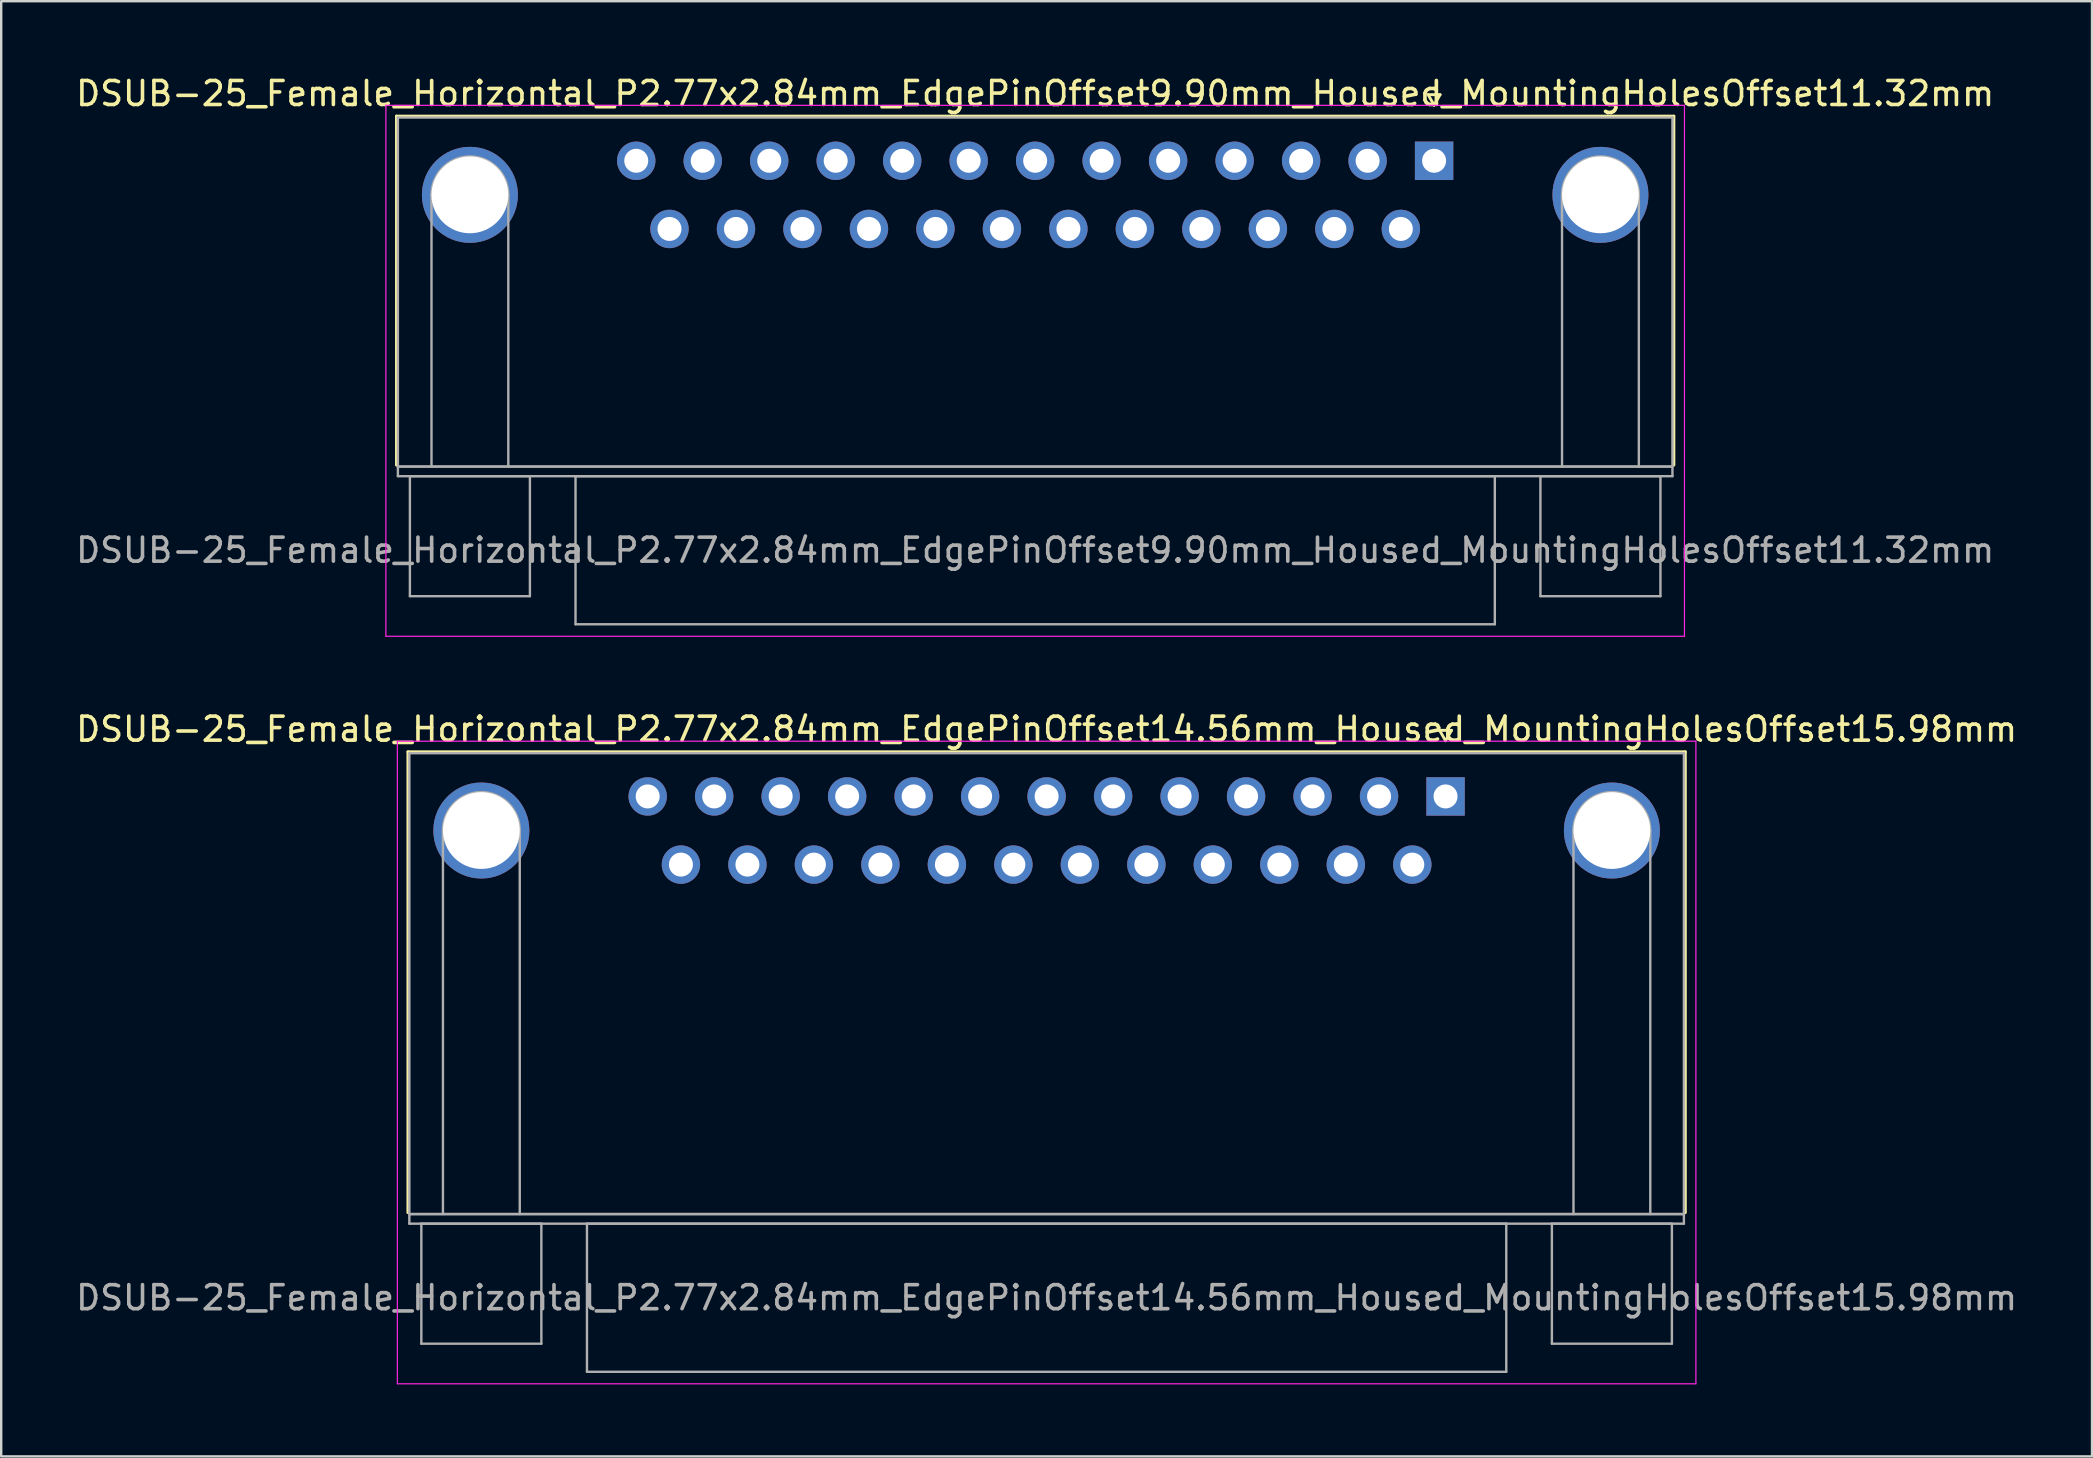
<source format=kicad_pcb>
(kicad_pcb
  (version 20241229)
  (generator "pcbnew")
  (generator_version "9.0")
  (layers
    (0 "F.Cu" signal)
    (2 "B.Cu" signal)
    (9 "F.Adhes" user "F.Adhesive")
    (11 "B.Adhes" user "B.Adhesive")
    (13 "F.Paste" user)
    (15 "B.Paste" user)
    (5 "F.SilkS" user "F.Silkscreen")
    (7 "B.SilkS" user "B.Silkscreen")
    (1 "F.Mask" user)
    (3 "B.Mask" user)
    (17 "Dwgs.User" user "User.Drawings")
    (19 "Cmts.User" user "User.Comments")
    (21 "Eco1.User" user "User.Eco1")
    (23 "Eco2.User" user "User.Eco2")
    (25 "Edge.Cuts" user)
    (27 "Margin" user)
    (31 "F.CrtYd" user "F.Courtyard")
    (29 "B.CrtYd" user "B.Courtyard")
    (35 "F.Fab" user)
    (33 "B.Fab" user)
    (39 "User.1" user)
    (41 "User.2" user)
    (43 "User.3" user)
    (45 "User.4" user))
  (footprint "DSUB-25_Female_Horizontal_P2.77x2.84mm_EdgePinOffset9.90mm_Housed_MountingHolesOffset11.32mm"
    (layer "F.Cu")
    (at 56.697 3.648)
    (property "Reference" "DSUB-25_Female_Horizontal_P2.77x2.84mm_EdgePinOffset9.90mm_Housed_MountingHolesOffset11.32mm" (at -16.62 -2.8 0) (layer "F.SilkS") (effects (font (size 1 1) (thickness 0.15))))
    (attr through_hole)
    (fp_line (start -43.23 -1.86) (end 9.99 -1.86) (stroke (width 0.12) (type solid)) (layer "F.SilkS"))
    (fp_line (start -43.23 12.68) (end -43.23 -1.86) (stroke (width 0.12) (type solid)) (layer "F.SilkS"))
    (fp_line (start -0.25 -2.754) (end 0.25 -2.754) (stroke (width 0.12) (type solid)) (layer "F.SilkS"))
    (fp_line (start 0 -2.321) (end -0.25 -2.754) (stroke (width 0.12) (type solid)) (layer "F.SilkS"))
    (fp_line (start 0.25 -2.754) (end 0 -2.321) (stroke (width 0.12) (type solid)) (layer "F.SilkS"))
    (fp_line (start 9.99 -1.86) (end 9.99 12.68) (stroke (width 0.12) (type solid)) (layer "F.SilkS"))
    (fp_line (start -43.67 -2.31) (end -43.67 19.81) (stroke (width 0.05) (type solid)) (layer "F.CrtYd"))
    (fp_line (start -43.67 19.81) (end 10.43 19.81) (stroke (width 0.05) (type solid)) (layer "F.CrtYd"))
    (fp_line (start 10.43 -2.31) (end -43.67 -2.31) (stroke (width 0.05) (type solid)) (layer "F.CrtYd"))
    (fp_line (start 10.43 19.81) (end 10.43 -2.31) (stroke (width 0.05) (type solid)) (layer "F.CrtYd"))
    (fp_line (start -43.17 -1.8) (end -43.17 12.74) (stroke (width 0.1) (type solid)) (layer "F.Fab"))
    (fp_line (start -43.17 12.74) (end -43.17 13.14) (stroke (width 0.1) (type solid)) (layer "F.Fab"))
    (fp_line (start -43.17 12.74) (end 9.93 12.74) (stroke (width 0.1) (type solid)) (layer "F.Fab"))
    (fp_line (start -43.17 13.14) (end 9.93 13.14) (stroke (width 0.1) (type solid)) (layer "F.Fab"))
    (fp_line (start -42.67 13.14) (end -42.67 18.14) (stroke (width 0.1) (type solid)) (layer "F.Fab"))
    (fp_line (start -42.67 18.14) (end -37.67 18.14) (stroke (width 0.1) (type solid)) (layer "F.Fab"))
    (fp_line (start -41.77 12.74) (end -41.77 1.42) (stroke (width 0.1) (type solid)) (layer "F.Fab"))
    (fp_line (start -38.57 12.74) (end -38.57 1.42) (stroke (width 0.1) (type solid)) (layer "F.Fab"))
    (fp_line (start -37.67 13.14) (end -42.67 13.14) (stroke (width 0.1) (type solid)) (layer "F.Fab"))
    (fp_line (start -37.67 18.14) (end -37.67 13.14) (stroke (width 0.1) (type solid)) (layer "F.Fab"))
    (fp_line (start -35.77 13.14) (end -35.77 19.31) (stroke (width 0.1) (type solid)) (layer "F.Fab"))
    (fp_line (start -35.77 19.31) (end 2.53 19.31) (stroke (width 0.1) (type solid)) (layer "F.Fab"))
    (fp_line (start 2.53 13.14) (end -35.77 13.14) (stroke (width 0.1) (type solid)) (layer "F.Fab"))
    (fp_line (start 2.53 19.31) (end 2.53 13.14) (stroke (width 0.1) (type solid)) (layer "F.Fab"))
    (fp_line (start 4.43 13.14) (end 4.43 18.14) (stroke (width 0.1) (type solid)) (layer "F.Fab"))
    (fp_line (start 4.43 18.14) (end 9.43 18.14) (stroke (width 0.1) (type solid)) (layer "F.Fab"))
    (fp_line (start 5.33 12.74) (end 5.33 1.42) (stroke (width 0.1) (type solid)) (layer "F.Fab"))
    (fp_line (start 8.53 12.74) (end 8.53 1.42) (stroke (width 0.1) (type solid)) (layer "F.Fab"))
    (fp_line (start 9.43 13.14) (end 4.43 13.14) (stroke (width 0.1) (type solid)) (layer "F.Fab"))
    (fp_line (start 9.43 18.14) (end 9.43 13.14) (stroke (width 0.1) (type solid)) (layer "F.Fab"))
    (fp_line (start 9.93 -1.8) (end -43.17 -1.8) (stroke (width 0.1) (type solid)) (layer "F.Fab"))
    (fp_line (start 9.93 12.74) (end -43.17 12.74) (stroke (width 0.1) (type solid)) (layer "F.Fab"))
    (fp_line (start 9.93 12.74) (end 9.93 -1.8) (stroke (width 0.1) (type solid)) (layer "F.Fab"))
    (fp_line (start 9.93 13.14) (end 9.93 12.74) (stroke (width 0.1) (type solid)) (layer "F.Fab"))
    (fp_arc (start -41.77 1.42) (mid -40.17 -0.18) (end -38.57 1.42) (stroke (width 0.1) (type solid)) (layer "F.Fab"))
    (fp_arc (start 5.33 1.42) (mid 6.93 -0.18) (end 8.53 1.42) (stroke (width 0.1) (type solid)) (layer "F.Fab"))
    (fp_text user "${REFERENCE}" (at -16.62 16.225 0) (layer "F.Fab") (effects (font (size 1 1) (thickness 0.15))))
    (pad "0" thru_hole circle (at -40.17 1.42) (size 4 4) (drill 3.2) (layers "*.Cu" "*.Mask"))
    (pad "0" thru_hole circle (at 6.93 1.42) (size 4 4) (drill 3.2) (layers "*.Cu" "*.Mask"))
    (pad "1" thru_hole rect (at 0 0) (size 1.6 1.6) (drill 1) (layers "*.Cu" "*.Mask"))
    (pad "2" thru_hole circle (at -2.77 0) (size 1.6 1.6) (drill 1) (layers "*.Cu" "*.Mask"))
    (pad "3" thru_hole circle (at -5.54 0) (size 1.6 1.6) (drill 1) (layers "*.Cu" "*.Mask"))
    (pad "4" thru_hole circle (at -8.31 0) (size 1.6 1.6) (drill 1) (layers "*.Cu" "*.Mask"))
    (pad "5" thru_hole circle (at -11.08 0) (size 1.6 1.6) (drill 1) (layers "*.Cu" "*.Mask"))
    (pad "6" thru_hole circle (at -13.85 0) (size 1.6 1.6) (drill 1) (layers "*.Cu" "*.Mask"))
    (pad "7" thru_hole circle (at -16.62 0) (size 1.6 1.6) (drill 1) (layers "*.Cu" "*.Mask"))
    (pad "8" thru_hole circle (at -19.39 0) (size 1.6 1.6) (drill 1) (layers "*.Cu" "*.Mask"))
    (pad "9" thru_hole circle (at -22.16 0) (size 1.6 1.6) (drill 1) (layers "*.Cu" "*.Mask"))
    (pad "10" thru_hole circle (at -24.93 0) (size 1.6 1.6) (drill 1) (layers "*.Cu" "*.Mask"))
    (pad "11" thru_hole circle (at -27.7 0) (size 1.6 1.6) (drill 1) (layers "*.Cu" "*.Mask"))
    (pad "12" thru_hole circle (at -30.47 0) (size 1.6 1.6) (drill 1) (layers "*.Cu" "*.Mask"))
    (pad "13" thru_hole circle (at -33.24 0) (size 1.6 1.6) (drill 1) (layers "*.Cu" "*.Mask"))
    (pad "14" thru_hole circle (at -1.385 2.84) (size 1.6 1.6) (drill 1) (layers "*.Cu" "*.Mask"))
    (pad "15" thru_hole circle (at -4.155 2.84) (size 1.6 1.6) (drill 1) (layers "*.Cu" "*.Mask"))
    (pad "16" thru_hole circle (at -6.925 2.84) (size 1.6 1.6) (drill 1) (layers "*.Cu" "*.Mask"))
    (pad "17" thru_hole circle (at -9.695 2.84) (size 1.6 1.6) (drill 1) (layers "*.Cu" "*.Mask"))
    (pad "18" thru_hole circle (at -12.465 2.84) (size 1.6 1.6) (drill 1) (layers "*.Cu" "*.Mask"))
    (pad "19" thru_hole circle (at -15.235 2.84) (size 1.6 1.6) (drill 1) (layers "*.Cu" "*.Mask"))
    (pad "20" thru_hole circle (at -18.005 2.84) (size 1.6 1.6) (drill 1) (layers "*.Cu" "*.Mask"))
    (pad "21" thru_hole circle (at -20.775 2.84) (size 1.6 1.6) (drill 1) (layers "*.Cu" "*.Mask"))
    (pad "22" thru_hole circle (at -23.545 2.84) (size 1.6 1.6) (drill 1) (layers "*.Cu" "*.Mask"))
    (pad "23" thru_hole circle (at -26.315 2.84) (size 1.6 1.6) (drill 1) (layers "*.Cu" "*.Mask"))
    (pad "24" thru_hole circle (at -29.085 2.84) (size 1.6 1.6) (drill 1) (layers "*.Cu" "*.Mask"))
    (pad "25" thru_hole circle (at -31.855 2.84) (size 1.6 1.6) (drill 1) (layers "*.Cu" "*.Mask")))
  (footprint "DSUB-25_Female_Horizontal_P2.77x2.84mm_EdgePinOffset14.56mm_Housed_MountingHolesOffset15.98mm"
    (layer "F.Cu")
    (at 57.174 30.131)
    (property "Reference" "DSUB-25_Female_Horizontal_P2.77x2.84mm_EdgePinOffset14.56mm_Housed_MountingHolesOffset15.98mm" (at -16.62 -2.8 0) (layer "F.SilkS") (effects (font (size 1 1) (thickness 0.15))))
    (attr through_hole)
    (fp_line (start -43.23 -1.86) (end 9.99 -1.86) (stroke (width 0.12) (type solid)) (layer "F.SilkS"))
    (fp_line (start -43.23 17.34) (end -43.23 -1.86) (stroke (width 0.12) (type solid)) (layer "F.SilkS"))
    (fp_line (start -0.25 -2.754) (end 0.25 -2.754) (stroke (width 0.12) (type solid)) (layer "F.SilkS"))
    (fp_line (start 0 -2.321) (end -0.25 -2.754) (stroke (width 0.12) (type solid)) (layer "F.SilkS"))
    (fp_line (start 0.25 -2.754) (end 0 -2.321) (stroke (width 0.12) (type solid)) (layer "F.SilkS"))
    (fp_line (start 9.99 -1.86) (end 9.99 17.34) (stroke (width 0.12) (type solid)) (layer "F.SilkS"))
    (fp_line (start -43.67 -2.3) (end -43.67 24.47) (stroke (width 0.05) (type solid)) (layer "F.CrtYd"))
    (fp_line (start -43.67 24.47) (end 10.43 24.47) (stroke (width 0.05) (type solid)) (layer "F.CrtYd"))
    (fp_line (start 10.43 -2.3) (end -43.67 -2.3) (stroke (width 0.05) (type solid)) (layer "F.CrtYd"))
    (fp_line (start 10.43 24.47) (end 10.43 -2.3) (stroke (width 0.05) (type solid)) (layer "F.CrtYd"))
    (fp_line (start -43.17 -1.8) (end -43.17 17.4) (stroke (width 0.1) (type solid)) (layer "F.Fab"))
    (fp_line (start -43.17 17.4) (end -43.17 17.8) (stroke (width 0.1) (type solid)) (layer "F.Fab"))
    (fp_line (start -43.17 17.4) (end 9.93 17.4) (stroke (width 0.1) (type solid)) (layer "F.Fab"))
    (fp_line (start -43.17 17.8) (end 9.93 17.8) (stroke (width 0.1) (type solid)) (layer "F.Fab"))
    (fp_line (start -42.67 17.8) (end -42.67 22.8) (stroke (width 0.1) (type solid)) (layer "F.Fab"))
    (fp_line (start -42.67 22.8) (end -37.67 22.8) (stroke (width 0.1) (type solid)) (layer "F.Fab"))
    (fp_line (start -41.77 17.4) (end -41.77 1.42) (stroke (width 0.1) (type solid)) (layer "F.Fab"))
    (fp_line (start -38.57 17.4) (end -38.57 1.42) (stroke (width 0.1) (type solid)) (layer "F.Fab"))
    (fp_line (start -37.67 17.8) (end -42.67 17.8) (stroke (width 0.1) (type solid)) (layer "F.Fab"))
    (fp_line (start -37.67 22.8) (end -37.67 17.8) (stroke (width 0.1) (type solid)) (layer "F.Fab"))
    (fp_line (start -35.77 17.8) (end -35.77 23.97) (stroke (width 0.1) (type solid)) (layer "F.Fab"))
    (fp_line (start -35.77 23.97) (end 2.53 23.97) (stroke (width 0.1) (type solid)) (layer "F.Fab"))
    (fp_line (start 2.53 17.8) (end -35.77 17.8) (stroke (width 0.1) (type solid)) (layer "F.Fab"))
    (fp_line (start 2.53 23.97) (end 2.53 17.8) (stroke (width 0.1) (type solid)) (layer "F.Fab"))
    (fp_line (start 4.43 17.8) (end 4.43 22.8) (stroke (width 0.1) (type solid)) (layer "F.Fab"))
    (fp_line (start 4.43 22.8) (end 9.43 22.8) (stroke (width 0.1) (type solid)) (layer "F.Fab"))
    (fp_line (start 5.33 17.4) (end 5.33 1.42) (stroke (width 0.1) (type solid)) (layer "F.Fab"))
    (fp_line (start 8.53 17.4) (end 8.53 1.42) (stroke (width 0.1) (type solid)) (layer "F.Fab"))
    (fp_line (start 9.43 17.8) (end 4.43 17.8) (stroke (width 0.1) (type solid)) (layer "F.Fab"))
    (fp_line (start 9.43 22.8) (end 9.43 17.8) (stroke (width 0.1) (type solid)) (layer "F.Fab"))
    (fp_line (start 9.93 -1.8) (end -43.17 -1.8) (stroke (width 0.1) (type solid)) (layer "F.Fab"))
    (fp_line (start 9.93 17.4) (end -43.17 17.4) (stroke (width 0.1) (type solid)) (layer "F.Fab"))
    (fp_line (start 9.93 17.4) (end 9.93 -1.8) (stroke (width 0.1) (type solid)) (layer "F.Fab"))
    (fp_line (start 9.93 17.8) (end 9.93 17.4) (stroke (width 0.1) (type solid)) (layer "F.Fab"))
    (fp_arc (start -41.77 1.42) (mid -40.17 -0.18) (end -38.57 1.42) (stroke (width 0.1) (type solid)) (layer "F.Fab"))
    (fp_arc (start 5.33 1.42) (mid 6.93 -0.18) (end 8.53 1.42) (stroke (width 0.1) (type solid)) (layer "F.Fab"))
    (fp_text user "${REFERENCE}" (at -16.62 20.885 0) (layer "F.Fab") (effects (font (size 1 1) (thickness 0.15))))
    (pad "0" thru_hole circle (at -40.17 1.42) (size 4 4) (drill 3.2) (layers "*.Cu" "*.Mask"))
    (pad "0" thru_hole circle (at 6.93 1.42) (size 4 4) (drill 3.2) (layers "*.Cu" "*.Mask"))
    (pad "1" thru_hole rect (at 0 0) (size 1.6 1.6) (drill 1) (layers "*.Cu" "*.Mask"))
    (pad "2" thru_hole circle (at -2.77 0) (size 1.6 1.6) (drill 1) (layers "*.Cu" "*.Mask"))
    (pad "3" thru_hole circle (at -5.54 0) (size 1.6 1.6) (drill 1) (layers "*.Cu" "*.Mask"))
    (pad "4" thru_hole circle (at -8.31 0) (size 1.6 1.6) (drill 1) (layers "*.Cu" "*.Mask"))
    (pad "5" thru_hole circle (at -11.08 0) (size 1.6 1.6) (drill 1) (layers "*.Cu" "*.Mask"))
    (pad "6" thru_hole circle (at -13.85 0) (size 1.6 1.6) (drill 1) (layers "*.Cu" "*.Mask"))
    (pad "7" thru_hole circle (at -16.62 0) (size 1.6 1.6) (drill 1) (layers "*.Cu" "*.Mask"))
    (pad "8" thru_hole circle (at -19.39 0) (size 1.6 1.6) (drill 1) (layers "*.Cu" "*.Mask"))
    (pad "9" thru_hole circle (at -22.16 0) (size 1.6 1.6) (drill 1) (layers "*.Cu" "*.Mask"))
    (pad "10" thru_hole circle (at -24.93 0) (size 1.6 1.6) (drill 1) (layers "*.Cu" "*.Mask"))
    (pad "11" thru_hole circle (at -27.7 0) (size 1.6 1.6) (drill 1) (layers "*.Cu" "*.Mask"))
    (pad "12" thru_hole circle (at -30.47 0) (size 1.6 1.6) (drill 1) (layers "*.Cu" "*.Mask"))
    (pad "13" thru_hole circle (at -33.24 0) (size 1.6 1.6) (drill 1) (layers "*.Cu" "*.Mask"))
    (pad "14" thru_hole circle (at -1.385 2.84) (size 1.6 1.6) (drill 1) (layers "*.Cu" "*.Mask"))
    (pad "15" thru_hole circle (at -4.155 2.84) (size 1.6 1.6) (drill 1) (layers "*.Cu" "*.Mask"))
    (pad "16" thru_hole circle (at -6.925 2.84) (size 1.6 1.6) (drill 1) (layers "*.Cu" "*.Mask"))
    (pad "17" thru_hole circle (at -9.695 2.84) (size 1.6 1.6) (drill 1) (layers "*.Cu" "*.Mask"))
    (pad "18" thru_hole circle (at -12.465 2.84) (size 1.6 1.6) (drill 1) (layers "*.Cu" "*.Mask"))
    (pad "19" thru_hole circle (at -15.235 2.84) (size 1.6 1.6) (drill 1) (layers "*.Cu" "*.Mask"))
    (pad "20" thru_hole circle (at -18.005 2.84) (size 1.6 1.6) (drill 1) (layers "*.Cu" "*.Mask"))
    (pad "21" thru_hole circle (at -20.775 2.84) (size 1.6 1.6) (drill 1) (layers "*.Cu" "*.Mask"))
    (pad "22" thru_hole circle (at -23.545 2.84) (size 1.6 1.6) (drill 1) (layers "*.Cu" "*.Mask"))
    (pad "23" thru_hole circle (at -26.315 2.84) (size 1.6 1.6) (drill 1) (layers "*.Cu" "*.Mask"))
    (pad "24" thru_hole circle (at -29.085 2.84) (size 1.6 1.6) (drill 1) (layers "*.Cu" "*.Mask"))
    (pad "25" thru_hole circle (at -31.855 2.84) (size 1.6 1.6) (drill 1) (layers "*.Cu" "*.Mask")))
  (gr_rect
    (start -3 -3)
    (end 84.107 57.627)
    (stroke (width 0.1) (type default))
    (fill no)
    (layer "Edge.Cuts")))
</source>
